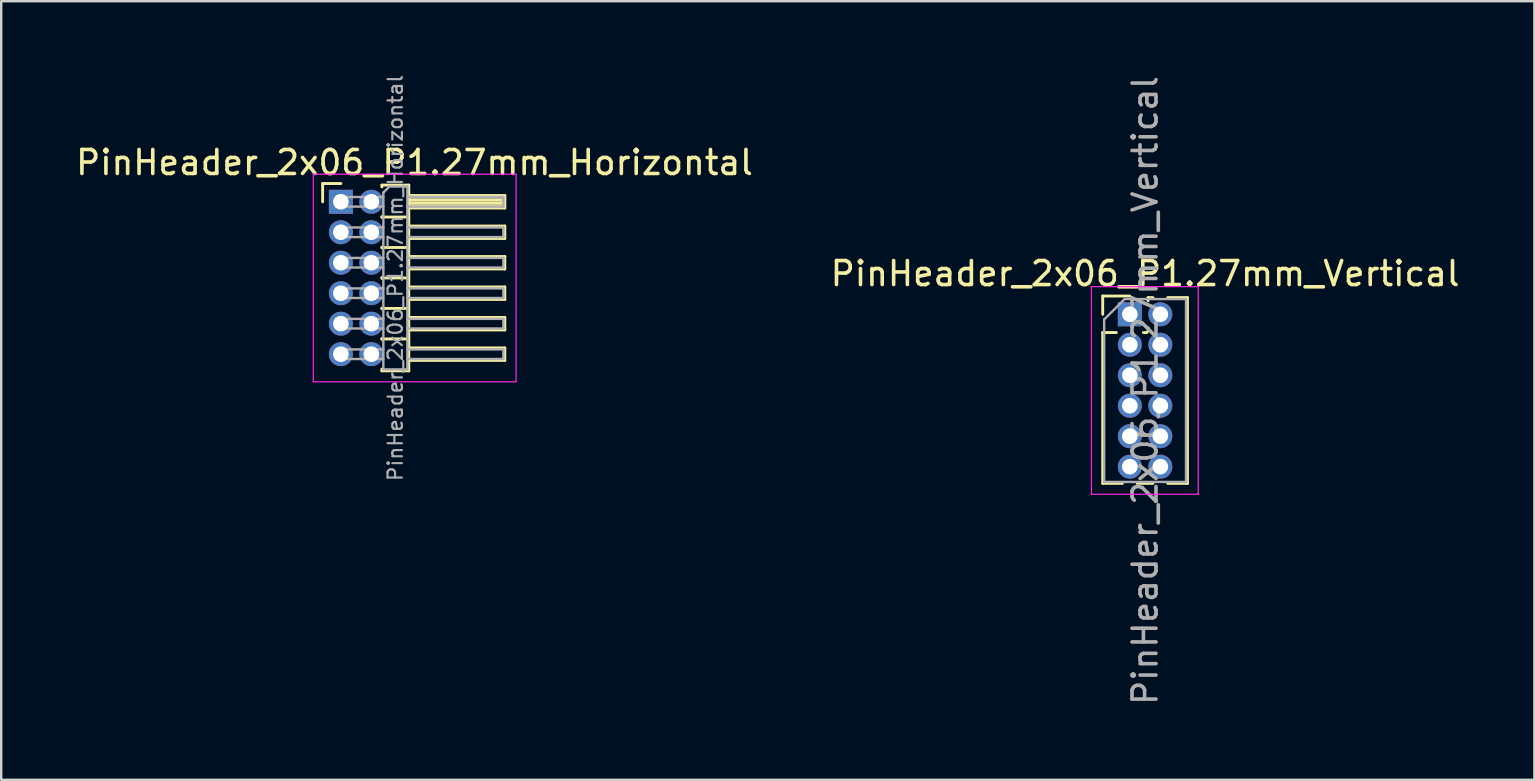
<source format=kicad_pcb>
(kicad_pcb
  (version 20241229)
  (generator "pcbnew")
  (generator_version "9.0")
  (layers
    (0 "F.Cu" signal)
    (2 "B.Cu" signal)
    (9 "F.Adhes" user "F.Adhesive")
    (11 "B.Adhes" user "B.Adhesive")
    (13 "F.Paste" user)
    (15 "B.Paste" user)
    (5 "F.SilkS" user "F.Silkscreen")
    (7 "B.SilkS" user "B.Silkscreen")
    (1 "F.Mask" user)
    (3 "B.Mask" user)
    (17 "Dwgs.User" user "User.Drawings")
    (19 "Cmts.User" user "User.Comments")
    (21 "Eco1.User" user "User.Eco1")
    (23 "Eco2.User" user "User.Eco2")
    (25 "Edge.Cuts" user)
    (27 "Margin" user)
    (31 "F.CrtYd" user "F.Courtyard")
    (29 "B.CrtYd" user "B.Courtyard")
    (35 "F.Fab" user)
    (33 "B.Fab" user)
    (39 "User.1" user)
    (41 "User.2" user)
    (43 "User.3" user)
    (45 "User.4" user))
  (footprint "PinHeader_2x06_P1.27mm_Vertical"
    (layer "F.Cu")
    (at 44.026 10.045)
    (property "Reference" "PinHeader_2x06_P1.27mm_Vertical" (at 0.635 -1.695 0) (layer "F.SilkS") (effects (font (size 1 1) (thickness 0.15))))
    (attr through_hole)
    (fp_line (start -1.13 -0.76) (end 0 -0.76) (stroke (width 0.12) (type solid)) (layer "F.SilkS"))
    (fp_line (start -1.13 0) (end -1.13 -0.76) (stroke (width 0.12) (type solid)) (layer "F.SilkS"))
    (fp_line (start -1.13 0.76) (end -1.13 7.045) (stroke (width 0.12) (type solid)) (layer "F.SilkS"))
    (fp_line (start -1.13 0.76) (end -0.563 0.76) (stroke (width 0.12) (type solid)) (layer "F.SilkS"))
    (fp_line (start -1.13 7.045) (end -0.308 7.045) (stroke (width 0.12) (type solid)) (layer "F.SilkS"))
    (fp_line (start 0.308 7.045) (end 0.962 7.045) (stroke (width 0.12) (type solid)) (layer "F.SilkS"))
    (fp_line (start 0.563 0.76) (end 0.707 0.76) (stroke (width 0.12) (type solid)) (layer "F.SilkS"))
    (fp_line (start 0.76 -0.695) (end 0.962 -0.695) (stroke (width 0.12) (type solid)) (layer "F.SilkS"))
    (fp_line (start 0.76 -0.563) (end 0.76 -0.695) (stroke (width 0.12) (type solid)) (layer "F.SilkS"))
    (fp_line (start 0.76 0.707) (end 0.76 0.563) (stroke (width 0.12) (type solid)) (layer "F.SilkS"))
    (fp_line (start 1.578 -0.695) (end 2.4 -0.695) (stroke (width 0.12) (type solid)) (layer "F.SilkS"))
    (fp_line (start 1.578 7.045) (end 2.4 7.045) (stroke (width 0.12) (type solid)) (layer "F.SilkS"))
    (fp_line (start 2.4 -0.695) (end 2.4 7.045) (stroke (width 0.12) (type solid)) (layer "F.SilkS"))
    (fp_line (start -1.6 -1.15) (end -1.6 7.5) (stroke (width 0.05) (type solid)) (layer "F.CrtYd"))
    (fp_line (start -1.6 7.5) (end 2.85 7.5) (stroke (width 0.05) (type solid)) (layer "F.CrtYd"))
    (fp_line (start 2.85 -1.15) (end -1.6 -1.15) (stroke (width 0.05) (type solid)) (layer "F.CrtYd"))
    (fp_line (start 2.85 7.5) (end 2.85 -1.15) (stroke (width 0.05) (type solid)) (layer "F.CrtYd"))
    (fp_line (start -1.07 0.217) (end -0.217 -0.635) (stroke (width 0.1) (type solid)) (layer "F.Fab"))
    (fp_line (start -1.07 6.985) (end -1.07 0.217) (stroke (width 0.1) (type solid)) (layer "F.Fab"))
    (fp_line (start -0.217 -0.635) (end 2.34 -0.635) (stroke (width 0.1) (type solid)) (layer "F.Fab"))
    (fp_line (start 2.34 -0.635) (end 2.34 6.985) (stroke (width 0.1) (type solid)) (layer "F.Fab"))
    (fp_line (start 2.34 6.985) (end -1.07 6.985) (stroke (width 0.1) (type solid)) (layer "F.Fab"))
    (fp_text user "${REFERENCE}" (at 0.635 3.175 90) (layer "F.Fab") (effects (font (size 1 1) (thickness 0.15))))
    (pad "1" thru_hole rect (at 0 0) (size 1 1) (drill 0.65) (layers "*.Cu" "*.Mask"))
    (pad "2" thru_hole oval (at 1.27 0) (size 1 1) (drill 0.65) (layers "*.Cu" "*.Mask"))
    (pad "3" thru_hole oval (at 0 1.27) (size 1 1) (drill 0.65) (layers "*.Cu" "*.Mask"))
    (pad "4" thru_hole oval (at 1.27 1.27) (size 1 1) (drill 0.65) (layers "*.Cu" "*.Mask"))
    (pad "5" thru_hole oval (at 0 2.54) (size 1 1) (drill 0.65) (layers "*.Cu" "*.Mask"))
    (pad "6" thru_hole oval (at 1.27 2.54) (size 1 1) (drill 0.65) (layers "*.Cu" "*.Mask"))
    (pad "7" thru_hole oval (at 0 3.81) (size 1 1) (drill 0.65) (layers "*.Cu" "*.Mask"))
    (pad "8" thru_hole oval (at 1.27 3.81) (size 1 1) (drill 0.65) (layers "*.Cu" "*.Mask"))
    (pad "9" thru_hole oval (at 0 5.08) (size 1 1) (drill 0.65) (layers "*.Cu" "*.Mask"))
    (pad "10" thru_hole oval (at 1.27 5.08) (size 1 1) (drill 0.65) (layers "*.Cu" "*.Mask"))
    (pad "11" thru_hole oval (at 0 6.35) (size 1 1) (drill 0.65) (layers "*.Cu" "*.Mask"))
    (pad "12" thru_hole oval (at 1.27 6.35) (size 1 1) (drill 0.65) (layers "*.Cu" "*.Mask")))
  (footprint "PinHeader_2x06_P1.27mm_Horizontal"
    (layer "F.Cu")
    (at 11.153 5.357)
    (property "Reference" "PinHeader_2x06_P1.27mm_Horizontal" (at 3.067 -1.635 0) (layer "F.SilkS") (effects (font (size 1 1) (thickness 0.15))))
    (attr through_hole)
    (fp_line (start -0.76 -0.76) (end 0 -0.76) (stroke (width 0.12) (type solid)) (layer "F.SilkS"))
    (fp_line (start -0.76 0) (end -0.76 -0.76) (stroke (width 0.12) (type solid)) (layer "F.SilkS"))
    (fp_line (start 1.71 -0.695) (end 2.83 -0.695) (stroke (width 0.12) (type solid)) (layer "F.SilkS"))
    (fp_line (start 1.71 -0.62) (end 1.71 -0.695) (stroke (width 0.12) (type solid)) (layer "F.SilkS"))
    (fp_line (start 1.71 0.62) (end 1.71 0.65) (stroke (width 0.12) (type solid)) (layer "F.SilkS"))
    (fp_line (start 1.71 0.635) (end 2.83 0.635) (stroke (width 0.12) (type solid)) (layer "F.SilkS"))
    (fp_line (start 1.71 1.89) (end 1.71 1.92) (stroke (width 0.12) (type solid)) (layer "F.SilkS"))
    (fp_line (start 1.71 1.905) (end 2.83 1.905) (stroke (width 0.12) (type solid)) (layer "F.SilkS"))
    (fp_line (start 1.71 3.16) (end 1.71 3.19) (stroke (width 0.12) (type solid)) (layer "F.SilkS"))
    (fp_line (start 1.71 3.175) (end 2.83 3.175) (stroke (width 0.12) (type solid)) (layer "F.SilkS"))
    (fp_line (start 1.71 4.43) (end 1.71 4.46) (stroke (width 0.12) (type solid)) (layer "F.SilkS"))
    (fp_line (start 1.71 4.445) (end 2.83 4.445) (stroke (width 0.12) (type solid)) (layer "F.SilkS"))
    (fp_line (start 1.71 5.7) (end 1.71 5.73) (stroke (width 0.12) (type solid)) (layer "F.SilkS"))
    (fp_line (start 1.71 5.715) (end 2.83 5.715) (stroke (width 0.12) (type solid)) (layer "F.SilkS"))
    (fp_line (start 1.71 7.045) (end 1.71 6.97) (stroke (width 0.12) (type solid)) (layer "F.SilkS"))
    (fp_line (start 2.83 -0.695) (end 2.83 7.045) (stroke (width 0.12) (type solid)) (layer "F.SilkS"))
    (fp_line (start 2.83 -0.26) (end 6.83 -0.26) (stroke (width 0.12) (type solid)) (layer "F.SilkS"))
    (fp_line (start 2.83 -0.2) (end 6.83 -0.2) (stroke (width 0.12) (type solid)) (layer "F.SilkS"))
    (fp_line (start 2.83 -0.08) (end 6.83 -0.08) (stroke (width 0.12) (type solid)) (layer "F.SilkS"))
    (fp_line (start 2.83 0.04) (end 6.83 0.04) (stroke (width 0.12) (type solid)) (layer "F.SilkS"))
    (fp_line (start 2.83 0.16) (end 6.83 0.16) (stroke (width 0.12) (type solid)) (layer "F.SilkS"))
    (fp_line (start 2.83 1.01) (end 6.83 1.01) (stroke (width 0.12) (type solid)) (layer "F.SilkS"))
    (fp_line (start 2.83 2.28) (end 6.83 2.28) (stroke (width 0.12) (type solid)) (layer "F.SilkS"))
    (fp_line (start 2.83 3.55) (end 6.83 3.55) (stroke (width 0.12) (type solid)) (layer "F.SilkS"))
    (fp_line (start 2.83 4.82) (end 6.83 4.82) (stroke (width 0.12) (type solid)) (layer "F.SilkS"))
    (fp_line (start 2.83 6.09) (end 6.83 6.09) (stroke (width 0.12) (type solid)) (layer "F.SilkS"))
    (fp_line (start 2.83 7.045) (end 1.71 7.045) (stroke (width 0.12) (type solid)) (layer "F.SilkS"))
    (fp_line (start 6.83 -0.26) (end 6.83 0.26) (stroke (width 0.12) (type solid)) (layer "F.SilkS"))
    (fp_line (start 6.83 0.26) (end 2.83 0.26) (stroke (width 0.12) (type solid)) (layer "F.SilkS"))
    (fp_line (start 6.83 1.01) (end 6.83 1.53) (stroke (width 0.12) (type solid)) (layer "F.SilkS"))
    (fp_line (start 6.83 1.53) (end 2.83 1.53) (stroke (width 0.12) (type solid)) (layer "F.SilkS"))
    (fp_line (start 6.83 2.28) (end 6.83 2.8) (stroke (width 0.12) (type solid)) (layer "F.SilkS"))
    (fp_line (start 6.83 2.8) (end 2.83 2.8) (stroke (width 0.12) (type solid)) (layer "F.SilkS"))
    (fp_line (start 6.83 3.55) (end 6.83 4.07) (stroke (width 0.12) (type solid)) (layer "F.SilkS"))
    (fp_line (start 6.83 4.07) (end 2.83 4.07) (stroke (width 0.12) (type solid)) (layer "F.SilkS"))
    (fp_line (start 6.83 4.82) (end 6.83 5.34) (stroke (width 0.12) (type solid)) (layer "F.SilkS"))
    (fp_line (start 6.83 5.34) (end 2.83 5.34) (stroke (width 0.12) (type solid)) (layer "F.SilkS"))
    (fp_line (start 6.83 6.09) (end 6.83 6.61) (stroke (width 0.12) (type solid)) (layer "F.SilkS"))
    (fp_line (start 6.83 6.61) (end 2.83 6.61) (stroke (width 0.12) (type solid)) (layer "F.SilkS"))
    (fp_line (start -1.15 -1.15) (end -1.15 7.5) (stroke (width 0.05) (type solid)) (layer "F.CrtYd"))
    (fp_line (start -1.15 7.5) (end 7.3 7.5) (stroke (width 0.05) (type solid)) (layer "F.CrtYd"))
    (fp_line (start 7.3 -1.15) (end -1.15 -1.15) (stroke (width 0.05) (type solid)) (layer "F.CrtYd"))
    (fp_line (start 7.3 7.5) (end 7.3 -1.15) (stroke (width 0.05) (type solid)) (layer "F.CrtYd"))
    (fp_line (start -0.2 -0.2) (end -0.2 0.2) (stroke (width 0.1) (type solid)) (layer "F.Fab"))
    (fp_line (start -0.2 -0.2) (end 1.77 -0.2) (stroke (width 0.1) (type solid)) (layer "F.Fab"))
    (fp_line (start -0.2 0.2) (end 1.77 0.2) (stroke (width 0.1) (type solid)) (layer "F.Fab"))
    (fp_line (start -0.2 1.07) (end -0.2 1.47) (stroke (width 0.1) (type solid)) (layer "F.Fab"))
    (fp_line (start -0.2 1.07) (end 1.77 1.07) (stroke (width 0.1) (type solid)) (layer "F.Fab"))
    (fp_line (start -0.2 1.47) (end 1.77 1.47) (stroke (width 0.1) (type solid)) (layer "F.Fab"))
    (fp_line (start -0.2 2.34) (end -0.2 2.74) (stroke (width 0.1) (type solid)) (layer "F.Fab"))
    (fp_line (start -0.2 2.34) (end 1.77 2.34) (stroke (width 0.1) (type solid)) (layer "F.Fab"))
    (fp_line (start -0.2 2.74) (end 1.77 2.74) (stroke (width 0.1) (type solid)) (layer "F.Fab"))
    (fp_line (start -0.2 3.61) (end -0.2 4.01) (stroke (width 0.1) (type solid)) (layer "F.Fab"))
    (fp_line (start -0.2 3.61) (end 1.77 3.61) (stroke (width 0.1) (type solid)) (layer "F.Fab"))
    (fp_line (start -0.2 4.01) (end 1.77 4.01) (stroke (width 0.1) (type solid)) (layer "F.Fab"))
    (fp_line (start -0.2 4.88) (end -0.2 5.28) (stroke (width 0.1) (type solid)) (layer "F.Fab"))
    (fp_line (start -0.2 4.88) (end 1.77 4.88) (stroke (width 0.1) (type solid)) (layer "F.Fab"))
    (fp_line (start -0.2 5.28) (end 1.77 5.28) (stroke (width 0.1) (type solid)) (layer "F.Fab"))
    (fp_line (start -0.2 6.15) (end -0.2 6.55) (stroke (width 0.1) (type solid)) (layer "F.Fab"))
    (fp_line (start -0.2 6.15) (end 1.77 6.15) (stroke (width 0.1) (type solid)) (layer "F.Fab"))
    (fp_line (start -0.2 6.55) (end 1.77 6.55) (stroke (width 0.1) (type solid)) (layer "F.Fab"))
    (fp_line (start 1.77 -0.385) (end 2.02 -0.635) (stroke (width 0.1) (type solid)) (layer "F.Fab"))
    (fp_line (start 1.77 6.985) (end 1.77 -0.385) (stroke (width 0.1) (type solid)) (layer "F.Fab"))
    (fp_line (start 2.02 -0.635) (end 2.77 -0.635) (stroke (width 0.1) (type solid)) (layer "F.Fab"))
    (fp_line (start 2.77 -0.635) (end 2.77 6.985) (stroke (width 0.1) (type solid)) (layer "F.Fab"))
    (fp_line (start 2.77 -0.2) (end 6.77 -0.2) (stroke (width 0.1) (type solid)) (layer "F.Fab"))
    (fp_line (start 2.77 0.2) (end 6.77 0.2) (stroke (width 0.1) (type solid)) (layer "F.Fab"))
    (fp_line (start 2.77 1.07) (end 6.77 1.07) (stroke (width 0.1) (type solid)) (layer "F.Fab"))
    (fp_line (start 2.77 1.47) (end 6.77 1.47) (stroke (width 0.1) (type solid)) (layer "F.Fab"))
    (fp_line (start 2.77 2.34) (end 6.77 2.34) (stroke (width 0.1) (type solid)) (layer "F.Fab"))
    (fp_line (start 2.77 2.74) (end 6.77 2.74) (stroke (width 0.1) (type solid)) (layer "F.Fab"))
    (fp_line (start 2.77 3.61) (end 6.77 3.61) (stroke (width 0.1) (type solid)) (layer "F.Fab"))
    (fp_line (start 2.77 4.01) (end 6.77 4.01) (stroke (width 0.1) (type solid)) (layer "F.Fab"))
    (fp_line (start 2.77 4.88) (end 6.77 4.88) (stroke (width 0.1) (type solid)) (layer "F.Fab"))
    (fp_line (start 2.77 5.28) (end 6.77 5.28) (stroke (width 0.1) (type solid)) (layer "F.Fab"))
    (fp_line (start 2.77 6.15) (end 6.77 6.15) (stroke (width 0.1) (type solid)) (layer "F.Fab"))
    (fp_line (start 2.77 6.55) (end 6.77 6.55) (stroke (width 0.1) (type solid)) (layer "F.Fab"))
    (fp_line (start 2.77 6.985) (end 1.77 6.985) (stroke (width 0.1) (type solid)) (layer "F.Fab"))
    (fp_line (start 6.77 -0.2) (end 6.77 0.2) (stroke (width 0.1) (type solid)) (layer "F.Fab"))
    (fp_line (start 6.77 1.07) (end 6.77 1.47) (stroke (width 0.1) (type solid)) (layer "F.Fab"))
    (fp_line (start 6.77 2.34) (end 6.77 2.74) (stroke (width 0.1) (type solid)) (layer "F.Fab"))
    (fp_line (start 6.77 3.61) (end 6.77 4.01) (stroke (width 0.1) (type solid)) (layer "F.Fab"))
    (fp_line (start 6.77 4.88) (end 6.77 5.28) (stroke (width 0.1) (type solid)) (layer "F.Fab"))
    (fp_line (start 6.77 6.15) (end 6.77 6.55) (stroke (width 0.1) (type solid)) (layer "F.Fab"))
    (fp_text user "${REFERENCE}" (at 2.27 3.175 90) (layer "F.Fab") (effects (font (size 0.6 0.6) (thickness 0.09))))
    (pad "1" thru_hole rect (at 0 0) (size 1 1) (drill 0.65) (layers "*.Cu" "*.Mask"))
    (pad "2" thru_hole oval (at 1.27 0) (size 1 1) (drill 0.65) (layers "*.Cu" "*.Mask"))
    (pad "3" thru_hole oval (at 0 1.27) (size 1 1) (drill 0.65) (layers "*.Cu" "*.Mask"))
    (pad "4" thru_hole oval (at 1.27 1.27) (size 1 1) (drill 0.65) (layers "*.Cu" "*.Mask"))
    (pad "5" thru_hole oval (at 0 2.54) (size 1 1) (drill 0.65) (layers "*.Cu" "*.Mask"))
    (pad "6" thru_hole oval (at 1.27 2.54) (size 1 1) (drill 0.65) (layers "*.Cu" "*.Mask"))
    (pad "7" thru_hole oval (at 0 3.81) (size 1 1) (drill 0.65) (layers "*.Cu" "*.Mask"))
    (pad "8" thru_hole oval (at 1.27 3.81) (size 1 1) (drill 0.65) (layers "*.Cu" "*.Mask"))
    (pad "9" thru_hole oval (at 0 5.08) (size 1 1) (drill 0.65) (layers "*.Cu" "*.Mask"))
    (pad "10" thru_hole oval (at 1.27 5.08) (size 1 1) (drill 0.65) (layers "*.Cu" "*.Mask"))
    (pad "11" thru_hole oval (at 0 6.35) (size 1 1) (drill 0.65) (layers "*.Cu" "*.Mask"))
    (pad "12" thru_hole oval (at 1.27 6.35) (size 1 1) (drill 0.65) (layers "*.Cu" "*.Mask")))
  (gr_rect
    (start -3 -3)
    (end 60.881 29.44)
    (stroke (width 0.1) (type default))
    (fill no)
    (layer "Edge.Cuts")))
</source>
